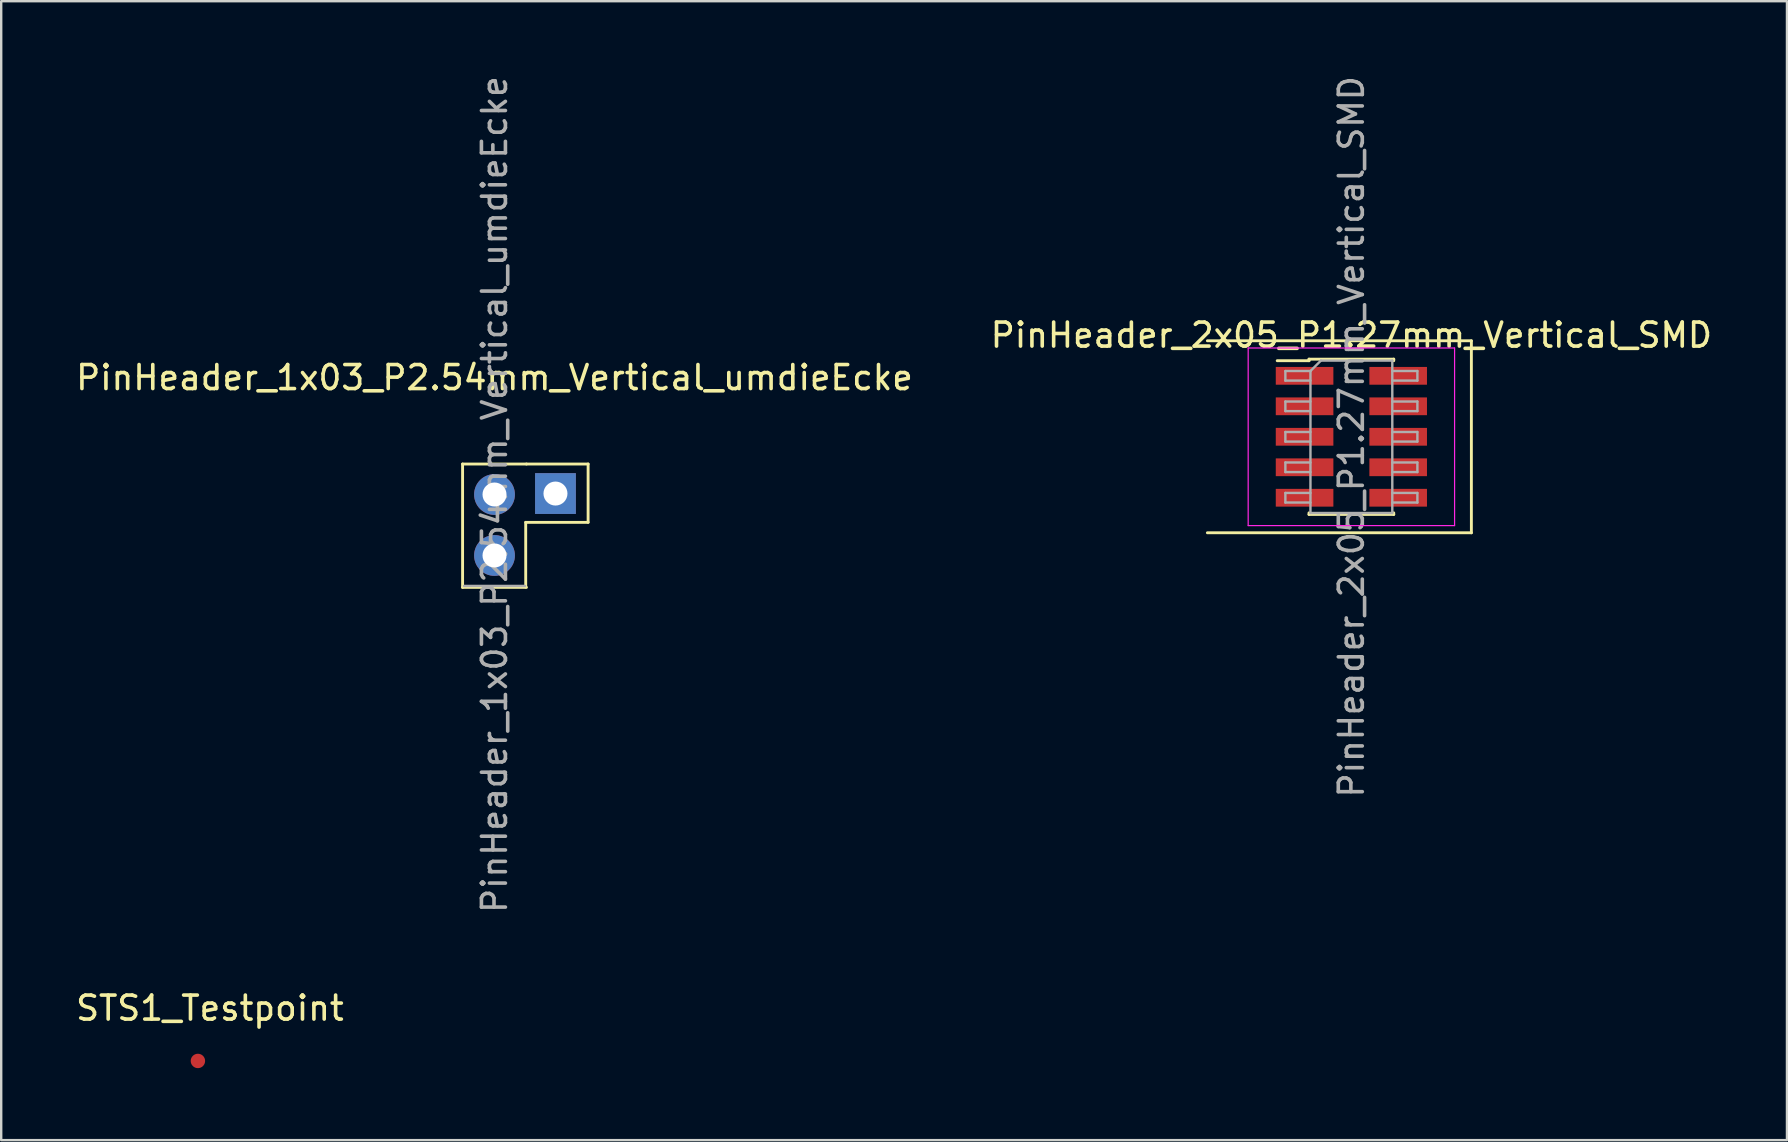
<source format=kicad_pcb>
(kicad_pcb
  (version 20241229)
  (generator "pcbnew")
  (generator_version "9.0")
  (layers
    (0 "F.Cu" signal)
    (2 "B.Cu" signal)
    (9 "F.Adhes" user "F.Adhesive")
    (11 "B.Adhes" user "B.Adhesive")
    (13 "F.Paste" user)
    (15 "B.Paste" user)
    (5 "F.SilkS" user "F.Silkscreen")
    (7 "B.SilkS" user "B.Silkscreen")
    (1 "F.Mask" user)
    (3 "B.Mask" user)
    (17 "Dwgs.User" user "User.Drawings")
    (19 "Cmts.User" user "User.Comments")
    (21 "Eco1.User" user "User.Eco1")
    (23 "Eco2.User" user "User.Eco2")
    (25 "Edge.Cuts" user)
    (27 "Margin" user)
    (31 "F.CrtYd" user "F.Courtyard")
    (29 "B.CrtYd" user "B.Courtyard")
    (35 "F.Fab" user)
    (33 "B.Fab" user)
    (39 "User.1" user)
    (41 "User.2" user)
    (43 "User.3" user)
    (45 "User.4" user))
  (footprint "STS1_Testpoint"
    (layer "F.Cu")
    (at 5.196 41.155)
    (property "Reference" "STS1_Testpoint" (at 0.5 -2.2 0) (layer "F.SilkS") (effects (font (size 1 1) (thickness 0.15))))
    (attr through_hole)
    (pad "1" smd circle (at 0 0) (size 0.6 0.6) (layers "F.Cu" "F.Mask" "F.Paste")))
  (footprint "PinHeader_2x05_P1.27mm_Vertical_SMD"
    (layer "F.Cu")
    (at 53.256 15.149)
    (property "Reference" "PinHeader_2x05_P1.27mm_Vertical_SMD" (at 0 -4.235 0) (layer "F.SilkS") (effects (font (size 1 1) (thickness 0.15))))
    (attr smd)
    (fp_line (start -6 -4) (end 5 -4) (stroke (width 0.12) (type solid)) (layer "F.SilkS"))
    (fp_line (start -3.09 -3.17) (end -1.765 -3.17) (stroke (width 0.12) (type solid)) (layer "F.SilkS"))
    (fp_line (start -1.765 -3.235) (end -1.765 -3.17) (stroke (width 0.12) (type solid)) (layer "F.SilkS"))
    (fp_line (start -1.765 -3.235) (end 1.765 -3.235) (stroke (width 0.12) (type solid)) (layer "F.SilkS"))
    (fp_line (start -1.765 3.17) (end -1.765 3.235) (stroke (width 0.12) (type solid)) (layer "F.SilkS"))
    (fp_line (start -1.765 3.235) (end 1.765 3.235) (stroke (width 0.12) (type solid)) (layer "F.SilkS"))
    (fp_line (start 1.765 -3.235) (end 1.765 -3.17) (stroke (width 0.12) (type solid)) (layer "F.SilkS"))
    (fp_line (start 1.765 3.17) (end 1.765 3.235) (stroke (width 0.12) (type solid)) (layer "F.SilkS"))
    (fp_line (start 5 -4) (end 5 4) (stroke (width 0.12) (type solid)) (layer "F.SilkS"))
    (fp_line (start 5 4) (end -6 4) (stroke (width 0.12) (type solid)) (layer "F.SilkS"))
    (fp_line (start -4.3 -3.7) (end -4.3 3.7) (stroke (width 0.05) (type solid)) (layer "F.CrtYd"))
    (fp_line (start -4.3 3.7) (end 4.3 3.7) (stroke (width 0.05) (type solid)) (layer "F.CrtYd"))
    (fp_line (start 4.3 -3.7) (end -4.3 -3.7) (stroke (width 0.05) (type solid)) (layer "F.CrtYd"))
    (fp_line (start 4.3 3.7) (end 4.3 -3.7) (stroke (width 0.05) (type solid)) (layer "F.CrtYd"))
    (fp_line (start -2.75 -2.74) (end -2.75 -2.34) (stroke (width 0.1) (type solid)) (layer "F.Fab"))
    (fp_line (start -2.75 -2.34) (end -1.705 -2.34) (stroke (width 0.1) (type solid)) (layer "F.Fab"))
    (fp_line (start -2.75 -1.47) (end -2.75 -1.07) (stroke (width 0.1) (type solid)) (layer "F.Fab"))
    (fp_line (start -2.75 -1.07) (end -1.705 -1.07) (stroke (width 0.1) (type solid)) (layer "F.Fab"))
    (fp_line (start -2.75 -0.2) (end -2.75 0.2) (stroke (width 0.1) (type solid)) (layer "F.Fab"))
    (fp_line (start -2.75 0.2) (end -1.705 0.2) (stroke (width 0.1) (type solid)) (layer "F.Fab"))
    (fp_line (start -2.75 1.07) (end -2.75 1.47) (stroke (width 0.1) (type solid)) (layer "F.Fab"))
    (fp_line (start -2.75 1.47) (end -1.705 1.47) (stroke (width 0.1) (type solid)) (layer "F.Fab"))
    (fp_line (start -2.75 2.34) (end -2.75 2.74) (stroke (width 0.1) (type solid)) (layer "F.Fab"))
    (fp_line (start -2.75 2.74) (end -1.705 2.74) (stroke (width 0.1) (type solid)) (layer "F.Fab"))
    (fp_line (start -1.705 -2.74) (end -2.75 -2.74) (stroke (width 0.1) (type solid)) (layer "F.Fab"))
    (fp_line (start -1.705 -2.74) (end -1.27 -3.175) (stroke (width 0.1) (type solid)) (layer "F.Fab"))
    (fp_line (start -1.705 -1.47) (end -2.75 -1.47) (stroke (width 0.1) (type solid)) (layer "F.Fab"))
    (fp_line (start -1.705 -0.2) (end -2.75 -0.2) (stroke (width 0.1) (type solid)) (layer "F.Fab"))
    (fp_line (start -1.705 1.07) (end -2.75 1.07) (stroke (width 0.1) (type solid)) (layer "F.Fab"))
    (fp_line (start -1.705 2.34) (end -2.75 2.34) (stroke (width 0.1) (type solid)) (layer "F.Fab"))
    (fp_line (start -1.705 3.175) (end -1.705 -2.74) (stroke (width 0.1) (type solid)) (layer "F.Fab"))
    (fp_line (start -1.27 -3.175) (end 1.705 -3.175) (stroke (width 0.1) (type solid)) (layer "F.Fab"))
    (fp_line (start 1.705 -3.175) (end 1.705 3.175) (stroke (width 0.1) (type solid)) (layer "F.Fab"))
    (fp_line (start 1.705 -2.74) (end 2.75 -2.74) (stroke (width 0.1) (type solid)) (layer "F.Fab"))
    (fp_line (start 1.705 -1.47) (end 2.75 -1.47) (stroke (width 0.1) (type solid)) (layer "F.Fab"))
    (fp_line (start 1.705 -0.2) (end 2.75 -0.2) (stroke (width 0.1) (type solid)) (layer "F.Fab"))
    (fp_line (start 1.705 1.07) (end 2.75 1.07) (stroke (width 0.1) (type solid)) (layer "F.Fab"))
    (fp_line (start 1.705 2.34) (end 2.75 2.34) (stroke (width 0.1) (type solid)) (layer "F.Fab"))
    (fp_line (start 1.705 3.175) (end -1.705 3.175) (stroke (width 0.1) (type solid)) (layer "F.Fab"))
    (fp_line (start 2.75 -2.74) (end 2.75 -2.34) (stroke (width 0.1) (type solid)) (layer "F.Fab"))
    (fp_line (start 2.75 -2.34) (end 1.705 -2.34) (stroke (width 0.1) (type solid)) (layer "F.Fab"))
    (fp_line (start 2.75 -1.47) (end 2.75 -1.07) (stroke (width 0.1) (type solid)) (layer "F.Fab"))
    (fp_line (start 2.75 -1.07) (end 1.705 -1.07) (stroke (width 0.1) (type solid)) (layer "F.Fab"))
    (fp_line (start 2.75 -0.2) (end 2.75 0.2) (stroke (width 0.1) (type solid)) (layer "F.Fab"))
    (fp_line (start 2.75 0.2) (end 1.705 0.2) (stroke (width 0.1) (type solid)) (layer "F.Fab"))
    (fp_line (start 2.75 1.07) (end 2.75 1.47) (stroke (width 0.1) (type solid)) (layer "F.Fab"))
    (fp_line (start 2.75 1.47) (end 1.705 1.47) (stroke (width 0.1) (type solid)) (layer "F.Fab"))
    (fp_line (start 2.75 2.34) (end 2.75 2.74) (stroke (width 0.1) (type solid)) (layer "F.Fab"))
    (fp_line (start 2.75 2.74) (end 1.705 2.74) (stroke (width 0.1) (type solid)) (layer "F.Fab"))
    (fp_text user "${REFERENCE}" (at 0 0 90) (layer "F.Fab") (effects (font (size 1 1) (thickness 0.15))))
    (pad "1" smd rect (at -1.95 -2.54) (size 2.4 0.74) (layers "F.Cu" "F.Mask" "F.Paste"))
    (pad "2" smd rect (at 1.95 -2.54) (size 2.4 0.74) (layers "F.Cu" "F.Mask" "F.Paste"))
    (pad "3" smd rect (at -1.95 -1.27) (size 2.4 0.74) (layers "F.Cu" "F.Mask" "F.Paste"))
    (pad "4" smd rect (at 1.95 -1.27) (size 2.4 0.74) (layers "F.Cu" "F.Mask" "F.Paste"))
    (pad "5" smd rect (at -1.95 0) (size 2.4 0.74) (layers "F.Cu" "F.Mask" "F.Paste"))
    (pad "6" smd rect (at 1.95 0) (size 2.4 0.74) (layers "F.Cu" "F.Mask" "F.Paste"))
    (pad "7" smd rect (at -1.95 1.27) (size 2.4 0.74) (layers "F.Cu" "F.Mask" "F.Paste"))
    (pad "8" smd rect (at 1.95 1.27) (size 2.4 0.74) (layers "F.Cu" "F.Mask" "F.Paste"))
    (pad "9" smd rect (at -1.95 2.54) (size 2.4 0.74) (layers "F.Cu" "F.Mask" "F.Paste"))
    (pad "10" smd rect (at 1.95 2.54) (size 2.4 0.74) (layers "F.Cu" "F.Mask" "F.Paste")))
  (footprint "PinHeader_1x03_P2.54mm_Vertical_umdieEcke"
    (layer "F.Cu")
    (at 17.554 15.014)
    (property "Reference" "PinHeader_1x03_P2.54mm_Vertical_umdieEcke" (at 0 -2.33 0) (layer "F.SilkS") (effects (font (size 1 1) (thickness 0.15))))
    (attr through_hole)
    (fp_line (start -1.33 1.27) (end -1.33 6.41) (stroke (width 0.12) (type solid)) (layer "F.SilkS"))
    (fp_line (start -1.33 1.27) (end 1.33 1.27) (stroke (width 0.12) (type solid)) (layer "F.SilkS"))
    (fp_line (start -1.33 6.41) (end 1.33 6.41) (stroke (width 0.12) (type solid)) (layer "F.SilkS"))
    (fp_line (start 1.3 3.7) (end 1.3 6.4) (stroke (width 0.12) (type solid)) (layer "F.SilkS"))
    (fp_line (start 1.33 1.27) (end 3.9 1.27) (stroke (width 0.12) (type solid)) (layer "F.SilkS"))
    (fp_line (start 3.9 1.27) (end 3.9 3.7) (stroke (width 0.12) (type solid)) (layer "F.SilkS"))
    (fp_line (start 3.9 3.7) (end 1.3 3.7) (stroke (width 0.12) (type solid)) (layer "F.SilkS"))
    (fp_line (start 1.27 6.35) (end -1.27 6.35) (stroke (width 0.1) (type solid)) (layer "F.Fab"))
    (fp_text user "${REFERENCE}" (at 0 2.54 90) (layer "F.Fab") (effects (font (size 1 1) (thickness 0.15))))
    (pad "1" thru_hole rect (at 2.54 2.5) (size 1.7 1.7) (drill 1) (layers "*.Cu" "*.Mask"))
    (pad "2" thru_hole oval (at 0 2.54) (size 1.7 1.7) (drill 1) (layers "*.Cu" "*.Mask"))
    (pad "3" thru_hole oval (at 0 5.08) (size 1.7 1.7) (drill 1) (layers "*.Cu" "*.Mask")))
  (gr_rect
    (start -3 -3)
    (end 71.405 44.455)
    (stroke (width 0.1) (type default))
    (fill no)
    (layer "Edge.Cuts")))
</source>
